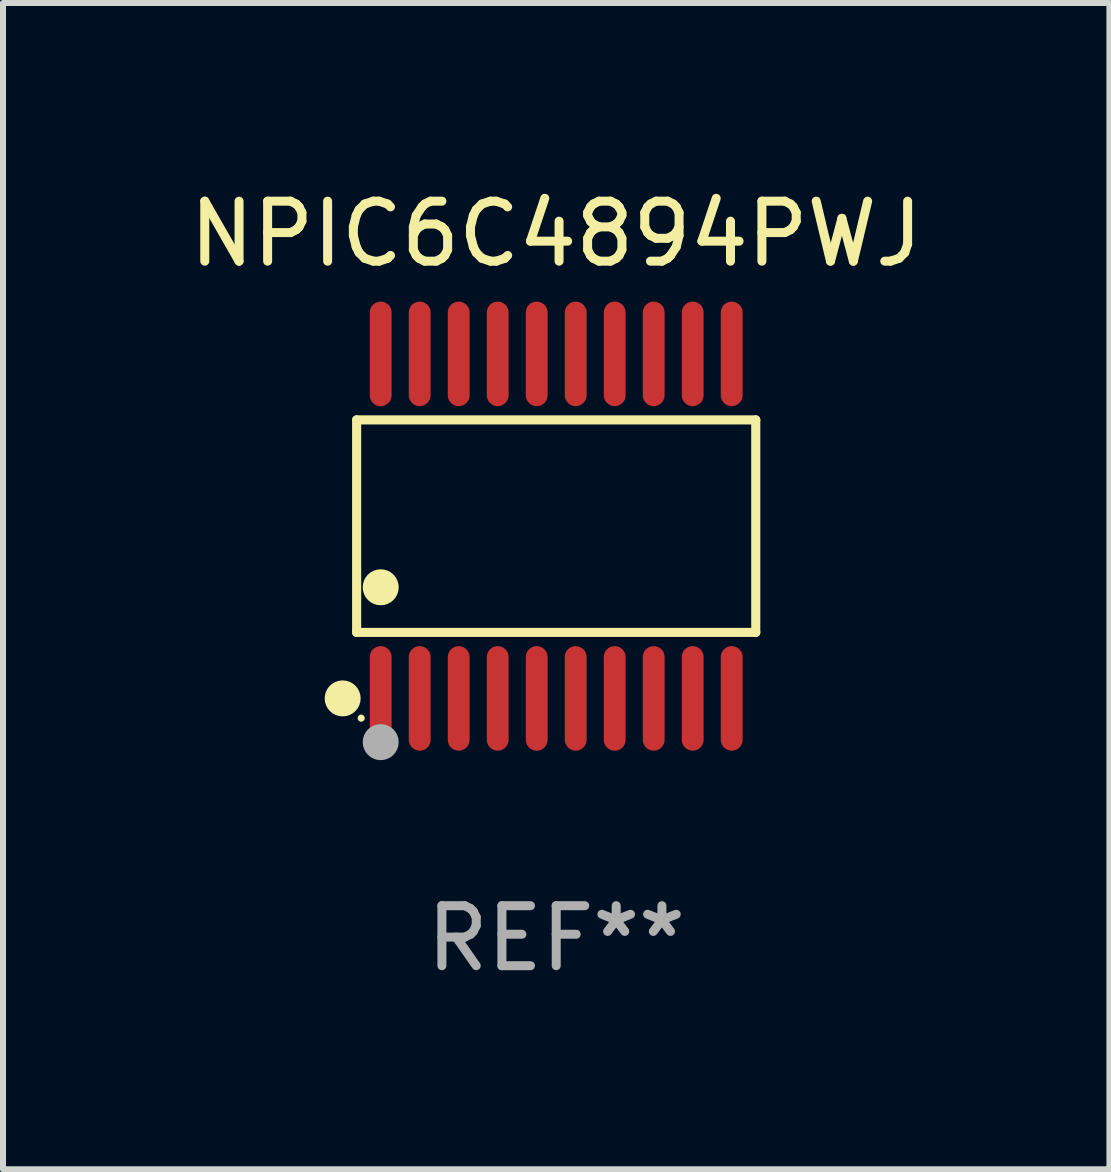
<source format=kicad_pcb>
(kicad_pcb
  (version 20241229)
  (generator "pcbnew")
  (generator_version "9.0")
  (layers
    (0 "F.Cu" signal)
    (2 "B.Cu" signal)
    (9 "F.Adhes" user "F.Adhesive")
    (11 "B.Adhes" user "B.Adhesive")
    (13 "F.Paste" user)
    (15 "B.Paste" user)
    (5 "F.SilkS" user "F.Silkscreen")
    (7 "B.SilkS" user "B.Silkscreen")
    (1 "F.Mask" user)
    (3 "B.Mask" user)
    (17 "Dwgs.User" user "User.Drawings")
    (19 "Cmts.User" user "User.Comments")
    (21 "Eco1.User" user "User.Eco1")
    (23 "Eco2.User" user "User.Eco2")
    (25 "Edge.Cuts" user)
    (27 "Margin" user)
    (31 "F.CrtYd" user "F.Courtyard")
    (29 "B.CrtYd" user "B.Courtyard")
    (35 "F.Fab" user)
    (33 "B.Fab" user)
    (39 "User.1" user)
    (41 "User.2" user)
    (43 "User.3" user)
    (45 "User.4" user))
  (footprint "NPIC6C4894PWJ"
    (layer "F.Cu")
    (at 6.22 5.719)
    (property "Reference" "NPIC6C4894PWJ" (at 0 -4.871 0) (layer "F.SilkS") (effects (font (size 1 1) (thickness 0.15))))
    (attr through_hole)
    (fp_line (start -3.326 -1.771) (end 3.326 -1.771) (stroke (width 0.152) (type solid)) (layer "F.SilkS"))
    (fp_line (start -3.326 1.771) (end -3.326 -1.771) (stroke (width 0.152) (type solid)) (layer "F.SilkS"))
    (fp_line (start 3.326 -1.771) (end 3.326 1.771) (stroke (width 0.152) (type solid)) (layer "F.SilkS"))
    (fp_line (start 3.326 1.771) (end -3.326 1.771) (stroke (width 0.152) (type solid)) (layer "F.SilkS"))
    (fp_circle (center -3.559 2.871) (end -3.409 2.871) (stroke (width 0.3) (type solid)) (fill no) (layer "F.SilkS"))
    (fp_circle (center -3.25 3.2) (end -3.22 3.2) (stroke (width 0.06) (type solid)) (fill no) (layer "F.SilkS"))
    (fp_circle (center -2.925 1.019) (end -2.775 1.019) (stroke (width 0.3) (type solid)) (fill no) (layer "F.SilkS"))
    (fp_circle (center -2.925 3.6) (end -2.775 3.6) (stroke (width 0.3) (type solid)) (fill no) (layer "F.Fab"))
    (fp_text user "REF**" (at 0 6.871 0) (layer "F.Fab") (effects (font (size 1 1) (thickness 0.15))))
    (pad "1" smd oval (at -2.925 2.871) (size 0.364 1.742) (layers "F.Cu" "F.Mask" "F.Paste"))
    (pad "2" smd oval (at -2.275 2.871) (size 0.364 1.742) (layers "F.Cu" "F.Mask" "F.Paste"))
    (pad "3" smd oval (at -1.625 2.871) (size 0.364 1.742) (layers "F.Cu" "F.Mask" "F.Paste"))
    (pad "4" smd oval (at -0.975 2.871) (size 0.364 1.742) (layers "F.Cu" "F.Mask" "F.Paste"))
    (pad "5" smd oval (at -0.325 2.871) (size 0.364 1.742) (layers "F.Cu" "F.Mask" "F.Paste"))
    (pad "6" smd oval (at 0.325 2.871) (size 0.364 1.742) (layers "F.Cu" "F.Mask" "F.Paste"))
    (pad "7" smd oval (at 0.975 2.871) (size 0.364 1.742) (layers "F.Cu" "F.Mask" "F.Paste"))
    (pad "8" smd oval (at 1.625 2.871) (size 0.364 1.742) (layers "F.Cu" "F.Mask" "F.Paste"))
    (pad "9" smd oval (at 2.275 2.871) (size 0.364 1.742) (layers "F.Cu" "F.Mask" "F.Paste"))
    (pad "10" smd oval (at 2.925 2.871) (size 0.364 1.742) (layers "F.Cu" "F.Mask" "F.Paste"))
    (pad "11" smd oval (at 2.925 -2.871) (size 0.364 1.742) (layers "F.Cu" "F.Mask" "F.Paste"))
    (pad "12" smd oval (at 2.275 -2.871) (size 0.364 1.742) (layers "F.Cu" "F.Mask" "F.Paste"))
    (pad "13" smd oval (at 1.625 -2.871) (size 0.364 1.742) (layers "F.Cu" "F.Mask" "F.Paste"))
    (pad "14" smd oval (at 0.975 -2.871) (size 0.364 1.742) (layers "F.Cu" "F.Mask" "F.Paste"))
    (pad "15" smd oval (at 0.325 -2.871) (size 0.364 1.742) (layers "F.Cu" "F.Mask" "F.Paste"))
    (pad "16" smd oval (at -0.325 -2.871) (size 0.364 1.742) (layers "F.Cu" "F.Mask" "F.Paste"))
    (pad "17" smd oval (at -0.975 -2.871) (size 0.364 1.742) (layers "F.Cu" "F.Mask" "F.Paste"))
    (pad "18" smd oval (at -1.625 -2.871) (size 0.364 1.742) (layers "F.Cu" "F.Mask" "F.Paste"))
    (pad "19" smd oval (at -2.275 -2.871) (size 0.364 1.742) (layers "F.Cu" "F.Mask" "F.Paste"))
    (pad "20" smd oval (at -2.925 -2.871) (size 0.364 1.742) (layers "F.Cu" "F.Mask" "F.Paste")))
  (gr_rect
    (start -3 -3)
    (end 15.44 16.438)
    (stroke (width 0.1) (type default))
    (fill no)
    (layer "Edge.Cuts")))
</source>
